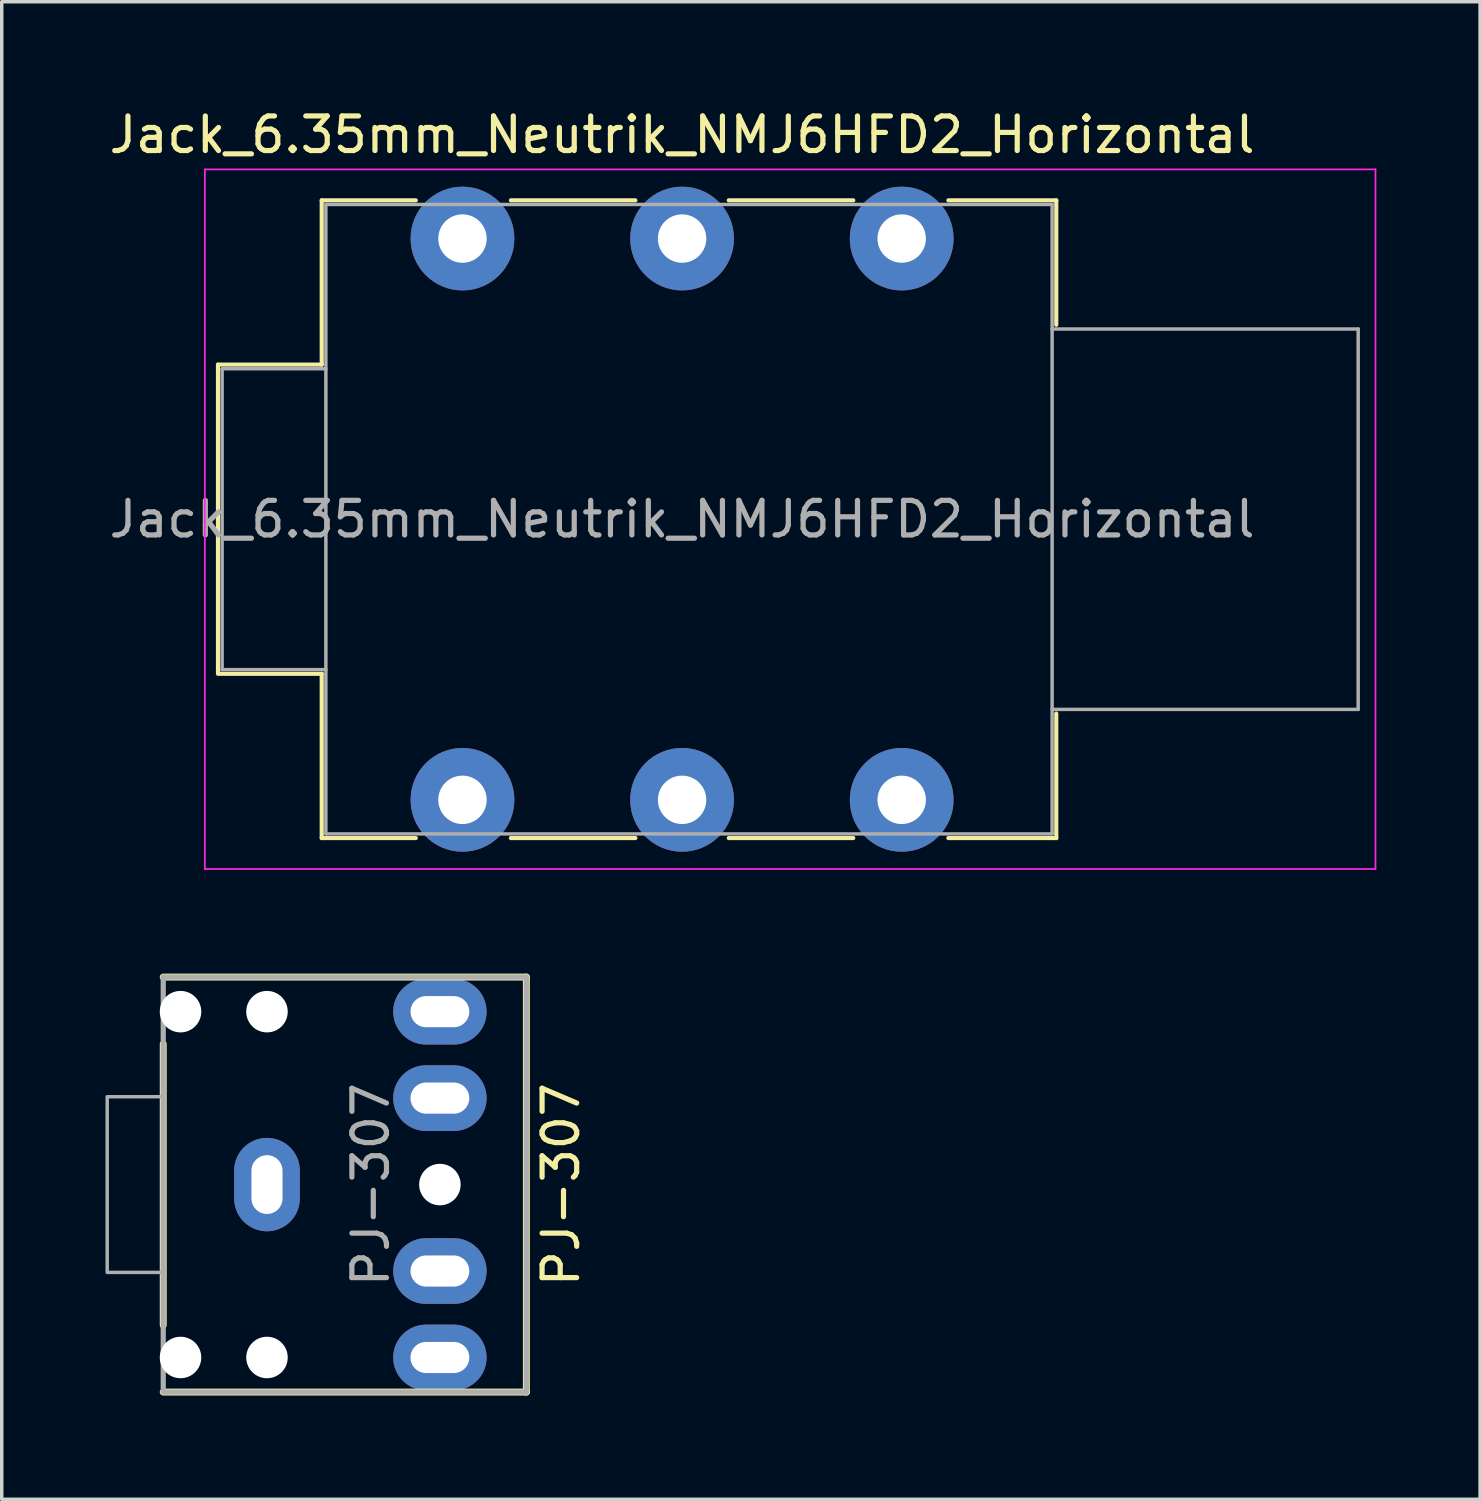
<source format=kicad_pcb>
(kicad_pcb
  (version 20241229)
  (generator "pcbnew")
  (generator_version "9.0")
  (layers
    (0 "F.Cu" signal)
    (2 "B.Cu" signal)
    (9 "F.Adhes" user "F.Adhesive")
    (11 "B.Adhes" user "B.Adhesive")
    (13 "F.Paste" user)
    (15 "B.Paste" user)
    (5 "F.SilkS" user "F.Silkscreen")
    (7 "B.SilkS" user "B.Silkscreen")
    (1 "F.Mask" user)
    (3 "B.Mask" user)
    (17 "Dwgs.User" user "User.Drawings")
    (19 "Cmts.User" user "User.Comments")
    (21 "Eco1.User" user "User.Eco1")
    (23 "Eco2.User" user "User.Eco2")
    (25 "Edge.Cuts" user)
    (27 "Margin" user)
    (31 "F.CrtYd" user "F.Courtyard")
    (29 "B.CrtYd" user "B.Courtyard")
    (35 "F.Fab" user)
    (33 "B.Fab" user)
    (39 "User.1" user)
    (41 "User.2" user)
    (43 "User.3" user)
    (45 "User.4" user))
  (footprint "PJ-307"
    (layer "F.Cu")
    (at 7.67 31.203)
    (property "Reference" "PJ-307" (at 5.5 0 270) (layer "F.SilkS") (effects (font (size 1 1) (thickness 0.15))))
    (attr through_hole)
    (fp_line (start -6 -6) (end 4.5 -6) (stroke (width 0.2) (type solid)) (layer "F.SilkS"))
    (fp_line (start -6 -4.064) (end -6 4.064) (stroke (width 0.2) (type solid)) (layer "F.SilkS"))
    (fp_line (start 4.5 -6) (end 4.5 6) (stroke (width 0.2) (type solid)) (layer "F.SilkS"))
    (fp_line (start 4.5 6) (end -6 6) (stroke (width 0.2) (type solid)) (layer "F.SilkS"))
    (fp_line (start -6 -6) (end -6 6) (stroke (width 0.15) (type solid)) (layer "F.Fab"))
    (fp_line (start -6 -6) (end 4.5 -6) (stroke (width 0.15) (type solid)) (layer "F.Fab"))
    (fp_line (start 4.5 -6) (end 4.5 6) (stroke (width 0.15) (type solid)) (layer "F.Fab"))
    (fp_line (start 4.5 6) (end -6 6) (stroke (width 0.15) (type solid)) (layer "F.Fab"))
    (fp_rect (start -7.62 -2.54) (end -6 2.54) (stroke (width 0.1) (type solid)) (fill no) (layer "F.Fab"))
    (fp_text user "${REFERENCE}" (at 0 0 90) (unlocked yes) (layer "F.Fab") (effects (font (size 1 1) (thickness 0.15))))
    (pad "" np_thru_hole circle (at -5.5 -5) (size 1.2 1.2) (drill 1.2) (layers "*.Cu" "*.Mask"))
    (pad "" np_thru_hole circle (at -5.5 5) (size 1.2 1.2) (drill 1.2) (layers "*.Cu" "*.Mask"))
    (pad "" np_thru_hole circle (at -3 -5) (size 1.2 1.2) (drill 1.2) (layers "*.Cu" "*.Mask"))
    (pad "" np_thru_hole circle (at -3 5) (size 1.2 1.2) (drill 1.2) (layers "*.Cu" "*.Mask"))
    (pad "" np_thru_hole circle (at 2 0) (size 1.2 1.2) (drill 1.2) (layers "*.Cu" "*.Mask"))
    (pad "R" thru_hole oval (at 2 -5) (size 2.7 1.9) (drill oval 1.7 0.9) (layers "*.Cu" "*.Mask"))
    (pad "RN" thru_hole oval (at 2 -2.5) (size 2.7 1.9) (drill oval 1.7 0.9) (layers "*.Cu" "*.Mask"))
    (pad "S" thru_hole oval (at -3 0 90) (size 2.7 1.9) (drill oval 1.7 0.9) (layers "*.Cu" "*.Mask"))
    (pad "T" thru_hole oval (at 2 5) (size 2.7 1.9) (drill oval 1.7 0.9) (layers "*.Cu" "*.Mask"))
    (pad "TN" thru_hole oval (at 2 2.5) (size 2.7 1.9) (drill oval 1.7 0.9) (layers "*.Cu" "*.Mask")))
  (footprint "Jack_6.35mm_Neutrik_NMJ6HFD2_Horizontal"
    (layer "F.Cu")
    (at 16.673 11.963)
    (property "Reference" "Jack_6.35mm_Neutrik_NMJ6HFD2_Horizontal" (at 0 -11.115 0) (layer "F.SilkS") (effects (font (size 1 1) (thickness 0.15))))
    (attr through_hole)
    (fp_line (start -13.42 -4.47) (end -10.42 -4.47) (stroke (width 0.12) (type solid)) (layer "F.SilkS"))
    (fp_line (start -13.42 4.43) (end -13.42 -4.47) (stroke (width 0.12) (type solid)) (layer "F.SilkS"))
    (fp_line (start -13.42 4.47) (end -10.42 4.47) (stroke (width 0.12) (type solid)) (layer "F.SilkS"))
    (fp_line (start -10.42 -9.22) (end -7.7 -9.22) (stroke (width 0.12) (type solid)) (layer "F.SilkS"))
    (fp_line (start -10.42 -4.47) (end -10.42 -9.22) (stroke (width 0.12) (type solid)) (layer "F.SilkS"))
    (fp_line (start -10.42 9.22) (end -10.42 4.47) (stroke (width 0.12) (type solid)) (layer "F.SilkS"))
    (fp_line (start -7.7 9.22) (end -10.42 9.22) (stroke (width 0.12) (type solid)) (layer "F.SilkS"))
    (fp_line (start -4.95 -9.22) (end -1.35 -9.22) (stroke (width 0.12) (type solid)) (layer "F.SilkS"))
    (fp_line (start -1.35 9.22) (end -4.95 9.22) (stroke (width 0.12) (type solid)) (layer "F.SilkS"))
    (fp_line (start 1.35 -9.22) (end 4.95 -9.22) (stroke (width 0.12) (type solid)) (layer "F.SilkS"))
    (fp_line (start 4.95 9.22) (end 1.35 9.22) (stroke (width 0.12) (type solid)) (layer "F.SilkS"))
    (fp_line (start 10.82 -9.22) (end 7.7 -9.22) (stroke (width 0.12) (type solid)) (layer "F.SilkS"))
    (fp_line (start 10.82 -5.62) (end 10.82 -9.22) (stroke (width 0.12) (type solid)) (layer "F.SilkS"))
    (fp_line (start 10.82 9.22) (end 7.7 9.22) (stroke (width 0.12) (type solid)) (layer "F.SilkS"))
    (fp_line (start 10.82 9.22) (end 10.82 5.62) (stroke (width 0.12) (type solid)) (layer "F.SilkS"))
    (fp_line (start -13.8 10.115) (end -13.8 -10.115) (stroke (width 0.05) (type solid)) (layer "F.CrtYd"))
    (fp_line (start -13.8 10.115) (end 20.05 10.115) (stroke (width 0.05) (type solid)) (layer "F.CrtYd"))
    (fp_line (start 20.05 -10.115) (end -13.8 -10.115) (stroke (width 0.05) (type solid)) (layer "F.CrtYd"))
    (fp_line (start 20.05 10.115) (end 20.05 -10.115) (stroke (width 0.05) (type solid)) (layer "F.CrtYd"))
    (fp_line (start -13.3 -4.35) (end -10.3 -4.35) (stroke (width 0.1) (type solid)) (layer "F.Fab"))
    (fp_line (start -13.3 4.35) (end -13.3 -4.35) (stroke (width 0.1) (type solid)) (layer "F.Fab"))
    (fp_line (start -13.3 4.35) (end -10.3 4.35) (stroke (width 0.1) (type solid)) (layer "F.Fab"))
    (fp_line (start -10.3 9.1) (end -10.3 -9.1) (stroke (width 0.1) (type solid)) (layer "F.Fab"))
    (fp_line (start 10.7 -9.1) (end -10.3 -9.1) (stroke (width 0.1) (type solid)) (layer "F.Fab"))
    (fp_line (start 10.7 9.1) (end -10.3 9.1) (stroke (width 0.1) (type solid)) (layer "F.Fab"))
    (fp_line (start 10.7 9.1) (end 10.7 -9.1) (stroke (width 0.1) (type solid)) (layer "F.Fab"))
    (fp_line (start 19.55 -5.5) (end 10.7 -5.5) (stroke (width 0.1) (type solid)) (layer "F.Fab"))
    (fp_line (start 19.55 5.5) (end 10.7 5.5) (stroke (width 0.1) (type solid)) (layer "F.Fab"))
    (fp_line (start 19.55 5.5) (end 19.55 -5.5) (stroke (width 0.1) (type solid)) (layer "F.Fab"))
    (fp_text user "${REFERENCE}" (at 0 0 0) (layer "F.Fab") (effects (font (size 1 1) (thickness 0.15))))
    (pad "R" thru_hole circle (at 0 -8.115) (size 3 3) (drill 1.4) (layers "*.Cu" "*.Mask"))
    (pad "RN" thru_hole circle (at 0 8.115) (size 3 3) (drill 1.4) (layers "*.Cu" "*.Mask"))
    (pad "S" thru_hole circle (at 6.35 -8.115) (size 3 3) (drill 1.4) (layers "*.Cu" "*.Mask"))
    (pad "SN" thru_hole circle (at 6.35 8.115) (size 3 3) (drill 1.4) (layers "*.Cu" "*.Mask"))
    (pad "T" thru_hole circle (at -6.35 -8.115) (size 3 3) (drill 1.4) (layers "*.Cu" "*.Mask"))
    (pad "TN" thru_hole circle (at -6.35 8.115) (size 3 3) (drill 1.4) (layers "*.Cu" "*.Mask")))
  (gr_rect
    (start -3 -3)
    (end 39.748 40.303)
    (stroke (width 0.1) (type default))
    (fill no)
    (layer "Edge.Cuts")))
</source>
